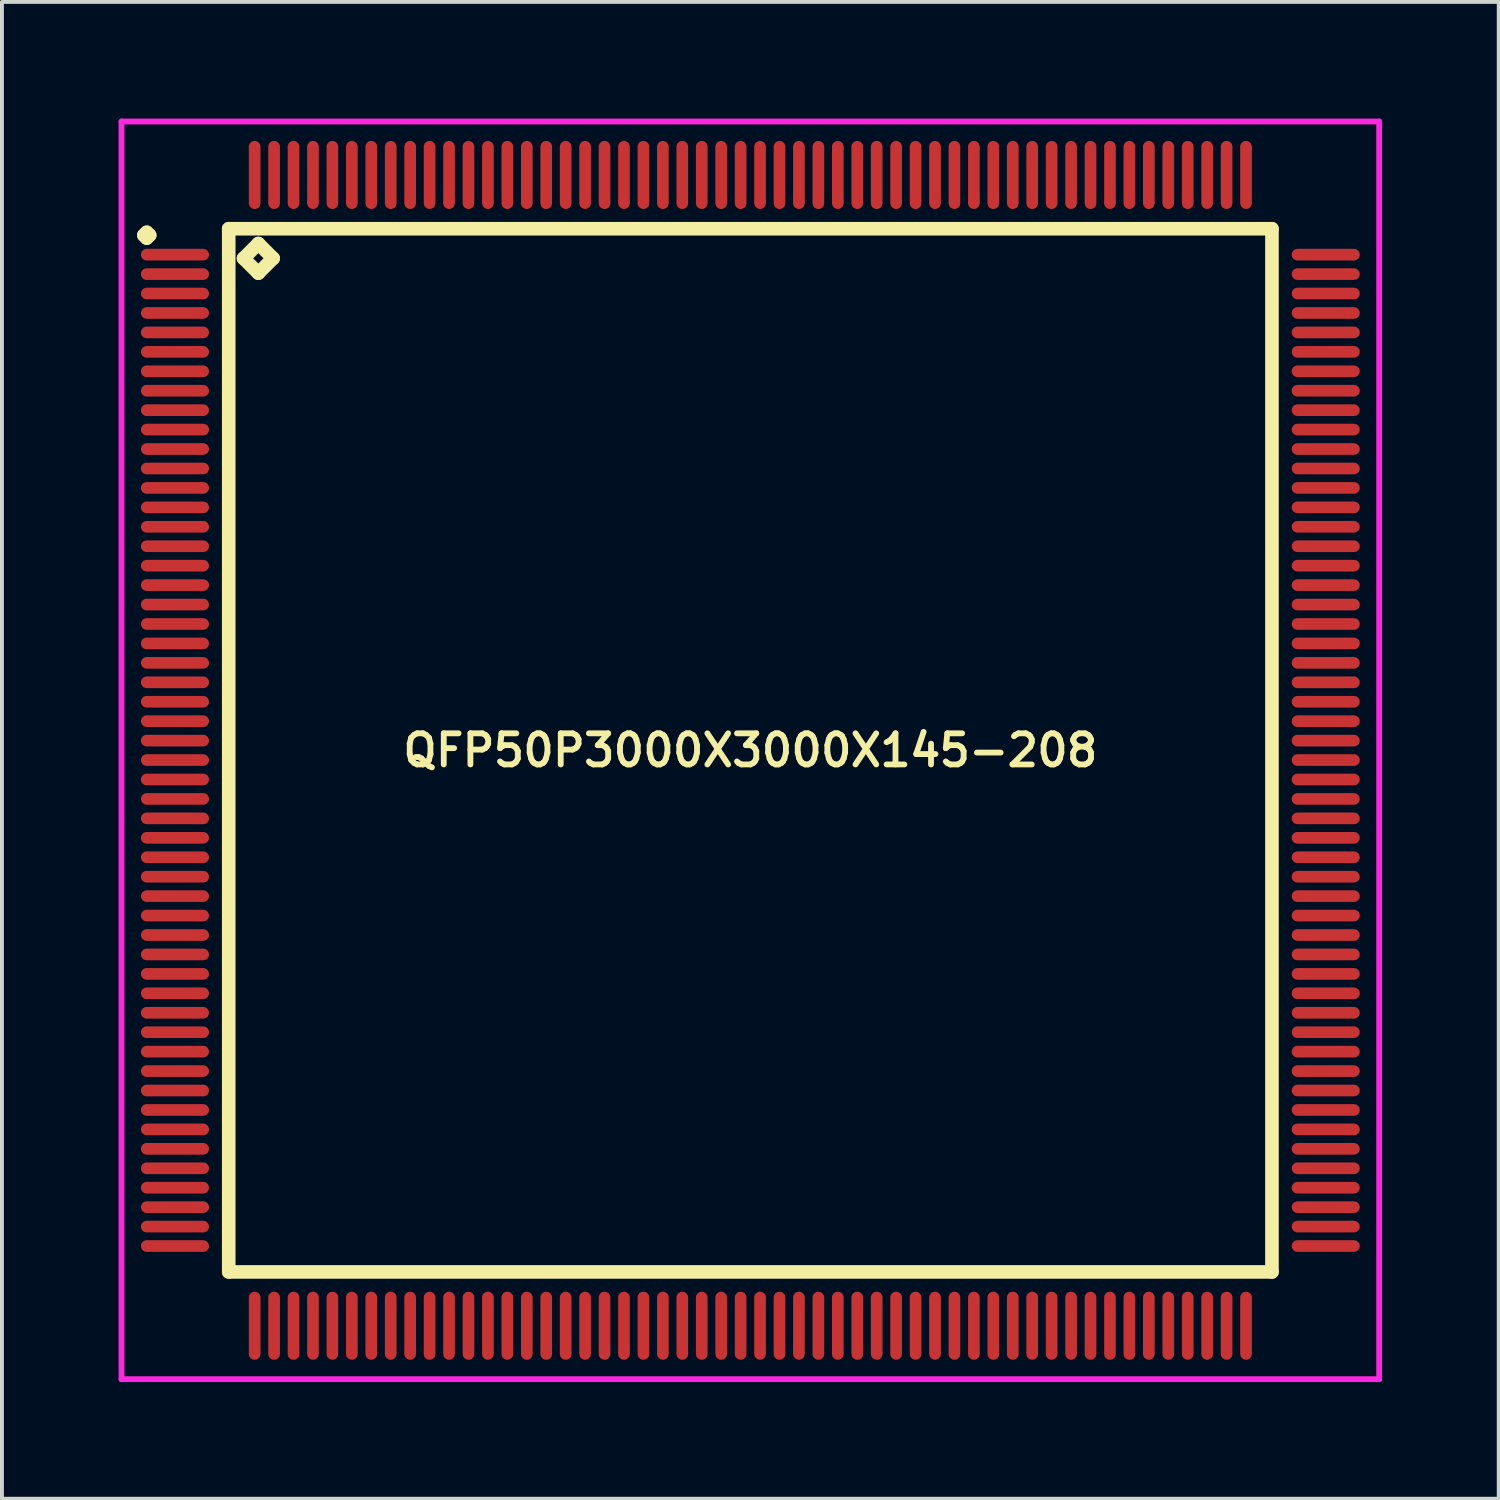
<source format=kicad_pcb>
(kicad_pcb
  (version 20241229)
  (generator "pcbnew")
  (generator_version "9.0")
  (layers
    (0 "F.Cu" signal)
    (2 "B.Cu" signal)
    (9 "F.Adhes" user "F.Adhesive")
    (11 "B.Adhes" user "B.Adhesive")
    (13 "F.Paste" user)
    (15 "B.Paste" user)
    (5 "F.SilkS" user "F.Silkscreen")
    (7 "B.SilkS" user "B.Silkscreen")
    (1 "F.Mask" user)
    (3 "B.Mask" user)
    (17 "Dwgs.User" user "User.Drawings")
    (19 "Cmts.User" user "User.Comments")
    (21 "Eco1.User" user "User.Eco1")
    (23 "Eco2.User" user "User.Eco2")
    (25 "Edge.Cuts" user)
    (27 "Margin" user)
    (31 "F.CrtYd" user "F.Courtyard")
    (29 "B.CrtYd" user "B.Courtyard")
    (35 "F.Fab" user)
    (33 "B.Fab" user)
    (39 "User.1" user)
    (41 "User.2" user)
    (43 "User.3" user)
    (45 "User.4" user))
  (footprint "QFP50P3000X3000X145-208"
    (layer "F.Cu")
    (at 16.25 16.25)
    (property "Reference" "QFP50P3000X3000X145-208" (at 0 0 0) (layer "F.SilkS") (effects (font (size 0.8 0.8) (thickness 0.15))))
    (attr smd)
    (fp_line (start -15.6 -13.25) (end -15.525 -13.325) (stroke (width 0.35) (type solid)) (layer "F.SilkS"))
    (fp_line (start -15.525 -13.325) (end -15.45 -13.25) (stroke (width 0.35) (type solid)) (layer "F.SilkS"))
    (fp_line (start -15.525 -13.175) (end -15.6 -13.25) (stroke (width 0.35) (type solid)) (layer "F.SilkS"))
    (fp_line (start -15.45 -13.25) (end -15.525 -13.175) (stroke (width 0.35) (type solid)) (layer "F.SilkS"))
    (fp_line (start -13.417 -13.417) (end -13.417 13.417) (stroke (width 0.35) (type solid)) (layer "F.SilkS"))
    (fp_line (start -13.417 13.417) (end 13.417 13.417) (stroke (width 0.35) (type solid)) (layer "F.SilkS"))
    (fp_line (start -13.036 -12.655) (end -12.655 -13.036) (stroke (width 0.35) (type solid)) (layer "F.SilkS"))
    (fp_line (start -12.655 -13.036) (end -12.274 -12.655) (stroke (width 0.35) (type solid)) (layer "F.SilkS"))
    (fp_line (start -12.655 -12.274) (end -13.036 -12.655) (stroke (width 0.35) (type solid)) (layer "F.SilkS"))
    (fp_line (start -12.274 -12.655) (end -12.655 -12.274) (stroke (width 0.35) (type solid)) (layer "F.SilkS"))
    (fp_line (start 13.417 -13.417) (end -13.417 -13.417) (stroke (width 0.35) (type solid)) (layer "F.SilkS"))
    (fp_line (start 13.417 13.417) (end 13.417 -13.417) (stroke (width 0.35) (type solid)) (layer "F.SilkS"))
    (fp_line (start -16.175 -16.175) (end 16.175 -16.175) (stroke (width 0.15) (type solid)) (layer "F.CrtYd"))
    (fp_line (start -16.175 16.175) (end -16.175 -16.175) (stroke (width 0.15) (type solid)) (layer "F.CrtYd"))
    (fp_line (start 16.175 -16.175) (end 16.175 16.175) (stroke (width 0.15) (type solid)) (layer "F.CrtYd"))
    (fp_line (start 16.175 16.175) (end -16.175 16.175) (stroke (width 0.15) (type solid)) (layer "F.CrtYd"))
    (pad "1" smd oval (at -14.8 -12.75) (size 1.75 0.3) (layers "F.Cu" "F.Mask" "F.Paste"))
    (pad "2" smd oval (at -14.8 -12.25) (size 1.75 0.3) (layers "F.Cu" "F.Mask" "F.Paste"))
    (pad "3" smd oval (at -14.8 -11.75) (size 1.75 0.3) (layers "F.Cu" "F.Mask" "F.Paste"))
    (pad "4" smd oval (at -14.8 -11.25) (size 1.75 0.3) (layers "F.Cu" "F.Mask" "F.Paste"))
    (pad "5" smd oval (at -14.8 -10.75) (size 1.75 0.3) (layers "F.Cu" "F.Mask" "F.Paste"))
    (pad "6" smd oval (at -14.8 -10.25) (size 1.75 0.3) (layers "F.Cu" "F.Mask" "F.Paste"))
    (pad "7" smd oval (at -14.8 -9.75) (size 1.75 0.3) (layers "F.Cu" "F.Mask" "F.Paste"))
    (pad "8" smd oval (at -14.8 -9.25) (size 1.75 0.3) (layers "F.Cu" "F.Mask" "F.Paste"))
    (pad "9" smd oval (at -14.8 -8.75) (size 1.75 0.3) (layers "F.Cu" "F.Mask" "F.Paste"))
    (pad "10" smd oval (at -14.8 -8.25) (size 1.75 0.3) (layers "F.Cu" "F.Mask" "F.Paste"))
    (pad "11" smd oval (at -14.8 -7.75) (size 1.75 0.3) (layers "F.Cu" "F.Mask" "F.Paste"))
    (pad "12" smd oval (at -14.8 -7.25) (size 1.75 0.3) (layers "F.Cu" "F.Mask" "F.Paste"))
    (pad "13" smd oval (at -14.8 -6.75) (size 1.75 0.3) (layers "F.Cu" "F.Mask" "F.Paste"))
    (pad "14" smd oval (at -14.8 -6.25) (size 1.75 0.3) (layers "F.Cu" "F.Mask" "F.Paste"))
    (pad "15" smd oval (at -14.8 -5.75) (size 1.75 0.3) (layers "F.Cu" "F.Mask" "F.Paste"))
    (pad "16" smd oval (at -14.8 -5.25) (size 1.75 0.3) (layers "F.Cu" "F.Mask" "F.Paste"))
    (pad "17" smd oval (at -14.8 -4.75) (size 1.75 0.3) (layers "F.Cu" "F.Mask" "F.Paste"))
    (pad "18" smd oval (at -14.8 -4.25) (size 1.75 0.3) (layers "F.Cu" "F.Mask" "F.Paste"))
    (pad "19" smd oval (at -14.8 -3.75) (size 1.75 0.3) (layers "F.Cu" "F.Mask" "F.Paste"))
    (pad "20" smd oval (at -14.8 -3.25) (size 1.75 0.3) (layers "F.Cu" "F.Mask" "F.Paste"))
    (pad "21" smd oval (at -14.8 -2.75) (size 1.75 0.3) (layers "F.Cu" "F.Mask" "F.Paste"))
    (pad "22" smd oval (at -14.8 -2.25) (size 1.75 0.3) (layers "F.Cu" "F.Mask" "F.Paste"))
    (pad "23" smd oval (at -14.8 -1.75) (size 1.75 0.3) (layers "F.Cu" "F.Mask" "F.Paste"))
    (pad "24" smd oval (at -14.8 -1.25) (size 1.75 0.3) (layers "F.Cu" "F.Mask" "F.Paste"))
    (pad "25" smd oval (at -14.8 -0.75) (size 1.75 0.3) (layers "F.Cu" "F.Mask" "F.Paste"))
    (pad "26" smd oval (at -14.8 -0.25) (size 1.75 0.3) (layers "F.Cu" "F.Mask" "F.Paste"))
    (pad "27" smd oval (at -14.8 0.25) (size 1.75 0.3) (layers "F.Cu" "F.Mask" "F.Paste"))
    (pad "28" smd oval (at -14.8 0.75) (size 1.75 0.3) (layers "F.Cu" "F.Mask" "F.Paste"))
    (pad "29" smd oval (at -14.8 1.25) (size 1.75 0.3) (layers "F.Cu" "F.Mask" "F.Paste"))
    (pad "30" smd oval (at -14.8 1.75) (size 1.75 0.3) (layers "F.Cu" "F.Mask" "F.Paste"))
    (pad "31" smd oval (at -14.8 2.25) (size 1.75 0.3) (layers "F.Cu" "F.Mask" "F.Paste"))
    (pad "32" smd oval (at -14.8 2.75) (size 1.75 0.3) (layers "F.Cu" "F.Mask" "F.Paste"))
    (pad "33" smd oval (at -14.8 3.25) (size 1.75 0.3) (layers "F.Cu" "F.Mask" "F.Paste"))
    (pad "34" smd oval (at -14.8 3.75) (size 1.75 0.3) (layers "F.Cu" "F.Mask" "F.Paste"))
    (pad "35" smd oval (at -14.8 4.25) (size 1.75 0.3) (layers "F.Cu" "F.Mask" "F.Paste"))
    (pad "36" smd oval (at -14.8 4.75) (size 1.75 0.3) (layers "F.Cu" "F.Mask" "F.Paste"))
    (pad "37" smd oval (at -14.8 5.25) (size 1.75 0.3) (layers "F.Cu" "F.Mask" "F.Paste"))
    (pad "38" smd oval (at -14.8 5.75) (size 1.75 0.3) (layers "F.Cu" "F.Mask" "F.Paste"))
    (pad "39" smd oval (at -14.8 6.25) (size 1.75 0.3) (layers "F.Cu" "F.Mask" "F.Paste"))
    (pad "40" smd oval (at -14.8 6.75) (size 1.75 0.3) (layers "F.Cu" "F.Mask" "F.Paste"))
    (pad "41" smd oval (at -14.8 7.25) (size 1.75 0.3) (layers "F.Cu" "F.Mask" "F.Paste"))
    (pad "42" smd oval (at -14.8 7.75) (size 1.75 0.3) (layers "F.Cu" "F.Mask" "F.Paste"))
    (pad "43" smd oval (at -14.8 8.25) (size 1.75 0.3) (layers "F.Cu" "F.Mask" "F.Paste"))
    (pad "44" smd oval (at -14.8 8.75) (size 1.75 0.3) (layers "F.Cu" "F.Mask" "F.Paste"))
    (pad "45" smd oval (at -14.8 9.25) (size 1.75 0.3) (layers "F.Cu" "F.Mask" "F.Paste"))
    (pad "46" smd oval (at -14.8 9.75) (size 1.75 0.3) (layers "F.Cu" "F.Mask" "F.Paste"))
    (pad "47" smd oval (at -14.8 10.25) (size 1.75 0.3) (layers "F.Cu" "F.Mask" "F.Paste"))
    (pad "48" smd oval (at -14.8 10.75) (size 1.75 0.3) (layers "F.Cu" "F.Mask" "F.Paste"))
    (pad "49" smd oval (at -14.8 11.25) (size 1.75 0.3) (layers "F.Cu" "F.Mask" "F.Paste"))
    (pad "50" smd oval (at -14.8 11.75) (size 1.75 0.3) (layers "F.Cu" "F.Mask" "F.Paste"))
    (pad "51" smd oval (at -14.8 12.25) (size 1.75 0.3) (layers "F.Cu" "F.Mask" "F.Paste"))
    (pad "52" smd oval (at -14.8 12.75) (size 1.75 0.3) (layers "F.Cu" "F.Mask" "F.Paste"))
    (pad "53" smd oval (at -12.75 14.8) (size 0.3 1.75) (layers "F.Cu" "F.Mask" "F.Paste"))
    (pad "54" smd oval (at -12.25 14.8) (size 0.3 1.75) (layers "F.Cu" "F.Mask" "F.Paste"))
    (pad "55" smd oval (at -11.75 14.8) (size 0.3 1.75) (layers "F.Cu" "F.Mask" "F.Paste"))
    (pad "56" smd oval (at -11.25 14.8) (size 0.3 1.75) (layers "F.Cu" "F.Mask" "F.Paste"))
    (pad "57" smd oval (at -10.75 14.8) (size 0.3 1.75) (layers "F.Cu" "F.Mask" "F.Paste"))
    (pad "58" smd oval (at -10.25 14.8) (size 0.3 1.75) (layers "F.Cu" "F.Mask" "F.Paste"))
    (pad "59" smd oval (at -9.75 14.8) (size 0.3 1.75) (layers "F.Cu" "F.Mask" "F.Paste"))
    (pad "60" smd oval (at -9.25 14.8) (size 0.3 1.75) (layers "F.Cu" "F.Mask" "F.Paste"))
    (pad "61" smd oval (at -8.75 14.8) (size 0.3 1.75) (layers "F.Cu" "F.Mask" "F.Paste"))
    (pad "62" smd oval (at -8.25 14.8) (size 0.3 1.75) (layers "F.Cu" "F.Mask" "F.Paste"))
    (pad "63" smd oval (at -7.75 14.8) (size 0.3 1.75) (layers "F.Cu" "F.Mask" "F.Paste"))
    (pad "64" smd oval (at -7.25 14.8) (size 0.3 1.75) (layers "F.Cu" "F.Mask" "F.Paste"))
    (pad "65" smd oval (at -6.75 14.8) (size 0.3 1.75) (layers "F.Cu" "F.Mask" "F.Paste"))
    (pad "66" smd oval (at -6.25 14.8) (size 0.3 1.75) (layers "F.Cu" "F.Mask" "F.Paste"))
    (pad "67" smd oval (at -5.75 14.8) (size 0.3 1.75) (layers "F.Cu" "F.Mask" "F.Paste"))
    (pad "68" smd oval (at -5.25 14.8) (size 0.3 1.75) (layers "F.Cu" "F.Mask" "F.Paste"))
    (pad "69" smd oval (at -4.75 14.8) (size 0.3 1.75) (layers "F.Cu" "F.Mask" "F.Paste"))
    (pad "70" smd oval (at -4.25 14.8) (size 0.3 1.75) (layers "F.Cu" "F.Mask" "F.Paste"))
    (pad "71" smd oval (at -3.75 14.8) (size 0.3 1.75) (layers "F.Cu" "F.Mask" "F.Paste"))
    (pad "72" smd oval (at -3.25 14.8) (size 0.3 1.75) (layers "F.Cu" "F.Mask" "F.Paste"))
    (pad "73" smd oval (at -2.75 14.8) (size 0.3 1.75) (layers "F.Cu" "F.Mask" "F.Paste"))
    (pad "74" smd oval (at -2.25 14.8) (size 0.3 1.75) (layers "F.Cu" "F.Mask" "F.Paste"))
    (pad "75" smd oval (at -1.75 14.8) (size 0.3 1.75) (layers "F.Cu" "F.Mask" "F.Paste"))
    (pad "76" smd oval (at -1.25 14.8) (size 0.3 1.75) (layers "F.Cu" "F.Mask" "F.Paste"))
    (pad "77" smd oval (at -0.75 14.8) (size 0.3 1.75) (layers "F.Cu" "F.Mask" "F.Paste"))
    (pad "78" smd oval (at -0.25 14.8) (size 0.3 1.75) (layers "F.Cu" "F.Mask" "F.Paste"))
    (pad "79" smd oval (at 0.25 14.8) (size 0.3 1.75) (layers "F.Cu" "F.Mask" "F.Paste"))
    (pad "80" smd oval (at 0.75 14.8) (size 0.3 1.75) (layers "F.Cu" "F.Mask" "F.Paste"))
    (pad "81" smd oval (at 1.25 14.8) (size 0.3 1.75) (layers "F.Cu" "F.Mask" "F.Paste"))
    (pad "82" smd oval (at 1.75 14.8) (size 0.3 1.75) (layers "F.Cu" "F.Mask" "F.Paste"))
    (pad "83" smd oval (at 2.25 14.8) (size 0.3 1.75) (layers "F.Cu" "F.Mask" "F.Paste"))
    (pad "84" smd oval (at 2.75 14.8) (size 0.3 1.75) (layers "F.Cu" "F.Mask" "F.Paste"))
    (pad "85" smd oval (at 3.25 14.8) (size 0.3 1.75) (layers "F.Cu" "F.Mask" "F.Paste"))
    (pad "86" smd oval (at 3.75 14.8) (size 0.3 1.75) (layers "F.Cu" "F.Mask" "F.Paste"))
    (pad "87" smd oval (at 4.25 14.8) (size 0.3 1.75) (layers "F.Cu" "F.Mask" "F.Paste"))
    (pad "88" smd oval (at 4.75 14.8) (size 0.3 1.75) (layers "F.Cu" "F.Mask" "F.Paste"))
    (pad "89" smd oval (at 5.25 14.8) (size 0.3 1.75) (layers "F.Cu" "F.Mask" "F.Paste"))
    (pad "90" smd oval (at 5.75 14.8) (size 0.3 1.75) (layers "F.Cu" "F.Mask" "F.Paste"))
    (pad "91" smd oval (at 6.25 14.8) (size 0.3 1.75) (layers "F.Cu" "F.Mask" "F.Paste"))
    (pad "92" smd oval (at 6.75 14.8) (size 0.3 1.75) (layers "F.Cu" "F.Mask" "F.Paste"))
    (pad "93" smd oval (at 7.25 14.8) (size 0.3 1.75) (layers "F.Cu" "F.Mask" "F.Paste"))
    (pad "94" smd oval (at 7.75 14.8) (size 0.3 1.75) (layers "F.Cu" "F.Mask" "F.Paste"))
    (pad "95" smd oval (at 8.25 14.8) (size 0.3 1.75) (layers "F.Cu" "F.Mask" "F.Paste"))
    (pad "96" smd oval (at 8.75 14.8) (size 0.3 1.75) (layers "F.Cu" "F.Mask" "F.Paste"))
    (pad "97" smd oval (at 9.25 14.8) (size 0.3 1.75) (layers "F.Cu" "F.Mask" "F.Paste"))
    (pad "98" smd oval (at 9.75 14.8) (size 0.3 1.75) (layers "F.Cu" "F.Mask" "F.Paste"))
    (pad "99" smd oval (at 10.25 14.8) (size 0.3 1.75) (layers "F.Cu" "F.Mask" "F.Paste"))
    (pad "100" smd oval (at 10.75 14.8) (size 0.3 1.75) (layers "F.Cu" "F.Mask" "F.Paste"))
    (pad "101" smd oval (at 11.25 14.8) (size 0.3 1.75) (layers "F.Cu" "F.Mask" "F.Paste"))
    (pad "102" smd oval (at 11.75 14.8) (size 0.3 1.75) (layers "F.Cu" "F.Mask" "F.Paste"))
    (pad "103" smd oval (at 12.25 14.8) (size 0.3 1.75) (layers "F.Cu" "F.Mask" "F.Paste"))
    (pad "104" smd oval (at 12.75 14.8) (size 0.3 1.75) (layers "F.Cu" "F.Mask" "F.Paste"))
    (pad "105" smd oval (at 14.8 12.75) (size 1.75 0.3) (layers "F.Cu" "F.Mask" "F.Paste"))
    (pad "106" smd oval (at 14.8 12.25) (size 1.75 0.3) (layers "F.Cu" "F.Mask" "F.Paste"))
    (pad "107" smd oval (at 14.8 11.75) (size 1.75 0.3) (layers "F.Cu" "F.Mask" "F.Paste"))
    (pad "108" smd oval (at 14.8 11.25) (size 1.75 0.3) (layers "F.Cu" "F.Mask" "F.Paste"))
    (pad "109" smd oval (at 14.8 10.75) (size 1.75 0.3) (layers "F.Cu" "F.Mask" "F.Paste"))
    (pad "110" smd oval (at 14.8 10.25) (size 1.75 0.3) (layers "F.Cu" "F.Mask" "F.Paste"))
    (pad "111" smd oval (at 14.8 9.75) (size 1.75 0.3) (layers "F.Cu" "F.Mask" "F.Paste"))
    (pad "112" smd oval (at 14.8 9.25) (size 1.75 0.3) (layers "F.Cu" "F.Mask" "F.Paste"))
    (pad "113" smd oval (at 14.8 8.75) (size 1.75 0.3) (layers "F.Cu" "F.Mask" "F.Paste"))
    (pad "114" smd oval (at 14.8 8.25) (size 1.75 0.3) (layers "F.Cu" "F.Mask" "F.Paste"))
    (pad "115" smd oval (at 14.8 7.75) (size 1.75 0.3) (layers "F.Cu" "F.Mask" "F.Paste"))
    (pad "116" smd oval (at 14.8 7.25) (size 1.75 0.3) (layers "F.Cu" "F.Mask" "F.Paste"))
    (pad "117" smd oval (at 14.8 6.75) (size 1.75 0.3) (layers "F.Cu" "F.Mask" "F.Paste"))
    (pad "118" smd oval (at 14.8 6.25) (size 1.75 0.3) (layers "F.Cu" "F.Mask" "F.Paste"))
    (pad "119" smd oval (at 14.8 5.75) (size 1.75 0.3) (layers "F.Cu" "F.Mask" "F.Paste"))
    (pad "120" smd oval (at 14.8 5.25) (size 1.75 0.3) (layers "F.Cu" "F.Mask" "F.Paste"))
    (pad "121" smd oval (at 14.8 4.75) (size 1.75 0.3) (layers "F.Cu" "F.Mask" "F.Paste"))
    (pad "122" smd oval (at 14.8 4.25) (size 1.75 0.3) (layers "F.Cu" "F.Mask" "F.Paste"))
    (pad "123" smd oval (at 14.8 3.75) (size 1.75 0.3) (layers "F.Cu" "F.Mask" "F.Paste"))
    (pad "124" smd oval (at 14.8 3.25) (size 1.75 0.3) (layers "F.Cu" "F.Mask" "F.Paste"))
    (pad "125" smd oval (at 14.8 2.75) (size 1.75 0.3) (layers "F.Cu" "F.Mask" "F.Paste"))
    (pad "126" smd oval (at 14.8 2.25) (size 1.75 0.3) (layers "F.Cu" "F.Mask" "F.Paste"))
    (pad "127" smd oval (at 14.8 1.75) (size 1.75 0.3) (layers "F.Cu" "F.Mask" "F.Paste"))
    (pad "128" smd oval (at 14.8 1.25) (size 1.75 0.3) (layers "F.Cu" "F.Mask" "F.Paste"))
    (pad "129" smd oval (at 14.8 0.75) (size 1.75 0.3) (layers "F.Cu" "F.Mask" "F.Paste"))
    (pad "130" smd oval (at 14.8 0.25) (size 1.75 0.3) (layers "F.Cu" "F.Mask" "F.Paste"))
    (pad "131" smd oval (at 14.8 -0.25) (size 1.75 0.3) (layers "F.Cu" "F.Mask" "F.Paste"))
    (pad "132" smd oval (at 14.8 -0.75) (size 1.75 0.3) (layers "F.Cu" "F.Mask" "F.Paste"))
    (pad "133" smd oval (at 14.8 -1.25) (size 1.75 0.3) (layers "F.Cu" "F.Mask" "F.Paste"))
    (pad "134" smd oval (at 14.8 -1.75) (size 1.75 0.3) (layers "F.Cu" "F.Mask" "F.Paste"))
    (pad "135" smd oval (at 14.8 -2.25) (size 1.75 0.3) (layers "F.Cu" "F.Mask" "F.Paste"))
    (pad "136" smd oval (at 14.8 -2.75) (size 1.75 0.3) (layers "F.Cu" "F.Mask" "F.Paste"))
    (pad "137" smd oval (at 14.8 -3.25) (size 1.75 0.3) (layers "F.Cu" "F.Mask" "F.Paste"))
    (pad "138" smd oval (at 14.8 -3.75) (size 1.75 0.3) (layers "F.Cu" "F.Mask" "F.Paste"))
    (pad "139" smd oval (at 14.8 -4.25) (size 1.75 0.3) (layers "F.Cu" "F.Mask" "F.Paste"))
    (pad "140" smd oval (at 14.8 -4.75) (size 1.75 0.3) (layers "F.Cu" "F.Mask" "F.Paste"))
    (pad "141" smd oval (at 14.8 -5.25) (size 1.75 0.3) (layers "F.Cu" "F.Mask" "F.Paste"))
    (pad "142" smd oval (at 14.8 -5.75) (size 1.75 0.3) (layers "F.Cu" "F.Mask" "F.Paste"))
    (pad "143" smd oval (at 14.8 -6.25) (size 1.75 0.3) (layers "F.Cu" "F.Mask" "F.Paste"))
    (pad "144" smd oval (at 14.8 -6.75) (size 1.75 0.3) (layers "F.Cu" "F.Mask" "F.Paste"))
    (pad "145" smd oval (at 14.8 -7.25) (size 1.75 0.3) (layers "F.Cu" "F.Mask" "F.Paste"))
    (pad "146" smd oval (at 14.8 -7.75) (size 1.75 0.3) (layers "F.Cu" "F.Mask" "F.Paste"))
    (pad "147" smd oval (at 14.8 -8.25) (size 1.75 0.3) (layers "F.Cu" "F.Mask" "F.Paste"))
    (pad "148" smd oval (at 14.8 -8.75) (size 1.75 0.3) (layers "F.Cu" "F.Mask" "F.Paste"))
    (pad "149" smd oval (at 14.8 -9.25) (size 1.75 0.3) (layers "F.Cu" "F.Mask" "F.Paste"))
    (pad "150" smd oval (at 14.8 -9.75) (size 1.75 0.3) (layers "F.Cu" "F.Mask" "F.Paste"))
    (pad "151" smd oval (at 14.8 -10.25) (size 1.75 0.3) (layers "F.Cu" "F.Mask" "F.Paste"))
    (pad "152" smd oval (at 14.8 -10.75) (size 1.75 0.3) (layers "F.Cu" "F.Mask" "F.Paste"))
    (pad "153" smd oval (at 14.8 -11.25) (size 1.75 0.3) (layers "F.Cu" "F.Mask" "F.Paste"))
    (pad "154" smd oval (at 14.8 -11.75) (size 1.75 0.3) (layers "F.Cu" "F.Mask" "F.Paste"))
    (pad "155" smd oval (at 14.8 -12.25) (size 1.75 0.3) (layers "F.Cu" "F.Mask" "F.Paste"))
    (pad "156" smd oval (at 14.8 -12.75) (size 1.75 0.3) (layers "F.Cu" "F.Mask" "F.Paste"))
    (pad "157" smd oval (at 12.75 -14.8) (size 0.3 1.75) (layers "F.Cu" "F.Mask" "F.Paste"))
    (pad "158" smd oval (at 12.25 -14.8) (size 0.3 1.75) (layers "F.Cu" "F.Mask" "F.Paste"))
    (pad "159" smd oval (at 11.75 -14.8) (size 0.3 1.75) (layers "F.Cu" "F.Mask" "F.Paste"))
    (pad "160" smd oval (at 11.25 -14.8) (size 0.3 1.75) (layers "F.Cu" "F.Mask" "F.Paste"))
    (pad "161" smd oval (at 10.75 -14.8) (size 0.3 1.75) (layers "F.Cu" "F.Mask" "F.Paste"))
    (pad "162" smd oval (at 10.25 -14.8) (size 0.3 1.75) (layers "F.Cu" "F.Mask" "F.Paste"))
    (pad "163" smd oval (at 9.75 -14.8) (size 0.3 1.75) (layers "F.Cu" "F.Mask" "F.Paste"))
    (pad "164" smd oval (at 9.25 -14.8) (size 0.3 1.75) (layers "F.Cu" "F.Mask" "F.Paste"))
    (pad "165" smd oval (at 8.75 -14.8) (size 0.3 1.75) (layers "F.Cu" "F.Mask" "F.Paste"))
    (pad "166" smd oval (at 8.25 -14.8) (size 0.3 1.75) (layers "F.Cu" "F.Mask" "F.Paste"))
    (pad "167" smd oval (at 7.75 -14.8) (size 0.3 1.75) (layers "F.Cu" "F.Mask" "F.Paste"))
    (pad "168" smd oval (at 7.25 -14.8) (size 0.3 1.75) (layers "F.Cu" "F.Mask" "F.Paste"))
    (pad "169" smd oval (at 6.75 -14.8) (size 0.3 1.75) (layers "F.Cu" "F.Mask" "F.Paste"))
    (pad "170" smd oval (at 6.25 -14.8) (size 0.3 1.75) (layers "F.Cu" "F.Mask" "F.Paste"))
    (pad "171" smd oval (at 5.75 -14.8) (size 0.3 1.75) (layers "F.Cu" "F.Mask" "F.Paste"))
    (pad "172" smd oval (at 5.25 -14.8) (size 0.3 1.75) (layers "F.Cu" "F.Mask" "F.Paste"))
    (pad "173" smd oval (at 4.75 -14.8) (size 0.3 1.75) (layers "F.Cu" "F.Mask" "F.Paste"))
    (pad "174" smd oval (at 4.25 -14.8) (size 0.3 1.75) (layers "F.Cu" "F.Mask" "F.Paste"))
    (pad "175" smd oval (at 3.75 -14.8) (size 0.3 1.75) (layers "F.Cu" "F.Mask" "F.Paste"))
    (pad "176" smd oval (at 3.25 -14.8) (size 0.3 1.75) (layers "F.Cu" "F.Mask" "F.Paste"))
    (pad "177" smd oval (at 2.75 -14.8) (size 0.3 1.75) (layers "F.Cu" "F.Mask" "F.Paste"))
    (pad "178" smd oval (at 2.25 -14.8) (size 0.3 1.75) (layers "F.Cu" "F.Mask" "F.Paste"))
    (pad "179" smd oval (at 1.75 -14.8) (size 0.3 1.75) (layers "F.Cu" "F.Mask" "F.Paste"))
    (pad "180" smd oval (at 1.25 -14.8) (size 0.3 1.75) (layers "F.Cu" "F.Mask" "F.Paste"))
    (pad "181" smd oval (at 0.75 -14.8) (size 0.3 1.75) (layers "F.Cu" "F.Mask" "F.Paste"))
    (pad "182" smd oval (at 0.25 -14.8) (size 0.3 1.75) (layers "F.Cu" "F.Mask" "F.Paste"))
    (pad "183" smd oval (at -0.25 -14.8) (size 0.3 1.75) (layers "F.Cu" "F.Mask" "F.Paste"))
    (pad "184" smd oval (at -0.75 -14.8) (size 0.3 1.75) (layers "F.Cu" "F.Mask" "F.Paste"))
    (pad "185" smd oval (at -1.25 -14.8) (size 0.3 1.75) (layers "F.Cu" "F.Mask" "F.Paste"))
    (pad "186" smd oval (at -1.75 -14.8) (size 0.3 1.75) (layers "F.Cu" "F.Mask" "F.Paste"))
    (pad "187" smd oval (at -2.25 -14.8) (size 0.3 1.75) (layers "F.Cu" "F.Mask" "F.Paste"))
    (pad "188" smd oval (at -2.75 -14.8) (size 0.3 1.75) (layers "F.Cu" "F.Mask" "F.Paste"))
    (pad "189" smd oval (at -3.25 -14.8) (size 0.3 1.75) (layers "F.Cu" "F.Mask" "F.Paste"))
    (pad "190" smd oval (at -3.75 -14.8) (size 0.3 1.75) (layers "F.Cu" "F.Mask" "F.Paste"))
    (pad "191" smd oval (at -4.25 -14.8) (size 0.3 1.75) (layers "F.Cu" "F.Mask" "F.Paste"))
    (pad "192" smd oval (at -4.75 -14.8) (size 0.3 1.75) (layers "F.Cu" "F.Mask" "F.Paste"))
    (pad "193" smd oval (at -5.25 -14.8) (size 0.3 1.75) (layers "F.Cu" "F.Mask" "F.Paste"))
    (pad "194" smd oval (at -5.75 -14.8) (size 0.3 1.75) (layers "F.Cu" "F.Mask" "F.Paste"))
    (pad "195" smd oval (at -6.25 -14.8) (size 0.3 1.75) (layers "F.Cu" "F.Mask" "F.Paste"))
    (pad "196" smd oval (at -6.75 -14.8) (size 0.3 1.75) (layers "F.Cu" "F.Mask" "F.Paste"))
    (pad "197" smd oval (at -7.25 -14.8) (size 0.3 1.75) (layers "F.Cu" "F.Mask" "F.Paste"))
    (pad "198" smd oval (at -7.75 -14.8) (size 0.3 1.75) (layers "F.Cu" "F.Mask" "F.Paste"))
    (pad "199" smd oval (at -8.25 -14.8) (size 0.3 1.75) (layers "F.Cu" "F.Mask" "F.Paste"))
    (pad "200" smd oval (at -8.75 -14.8) (size 0.3 1.75) (layers "F.Cu" "F.Mask" "F.Paste"))
    (pad "201" smd oval (at -9.25 -14.8) (size 0.3 1.75) (layers "F.Cu" "F.Mask" "F.Paste"))
    (pad "202" smd oval (at -9.75 -14.8) (size 0.3 1.75) (layers "F.Cu" "F.Mask" "F.Paste"))
    (pad "203" smd oval (at -10.25 -14.8) (size 0.3 1.75) (layers "F.Cu" "F.Mask" "F.Paste"))
    (pad "204" smd oval (at -10.75 -14.8) (size 0.3 1.75) (layers "F.Cu" "F.Mask" "F.Paste"))
    (pad "205" smd oval (at -11.25 -14.8) (size 0.3 1.75) (layers "F.Cu" "F.Mask" "F.Paste"))
    (pad "206" smd oval (at -11.75 -14.8) (size 0.3 1.75) (layers "F.Cu" "F.Mask" "F.Paste"))
    (pad "207" smd oval (at -12.25 -14.8) (size 0.3 1.75) (layers "F.Cu" "F.Mask" "F.Paste"))
    (pad "208" smd oval (at -12.75 -14.8) (size 0.3 1.75) (layers "F.Cu" "F.Mask" "F.Paste")))
  (gr_rect
    (start -3 -3)
    (end 35.5 35.5)
    (stroke (width 0.1) (type default))
    (fill no)
    (layer "Edge.Cuts")))
</source>
